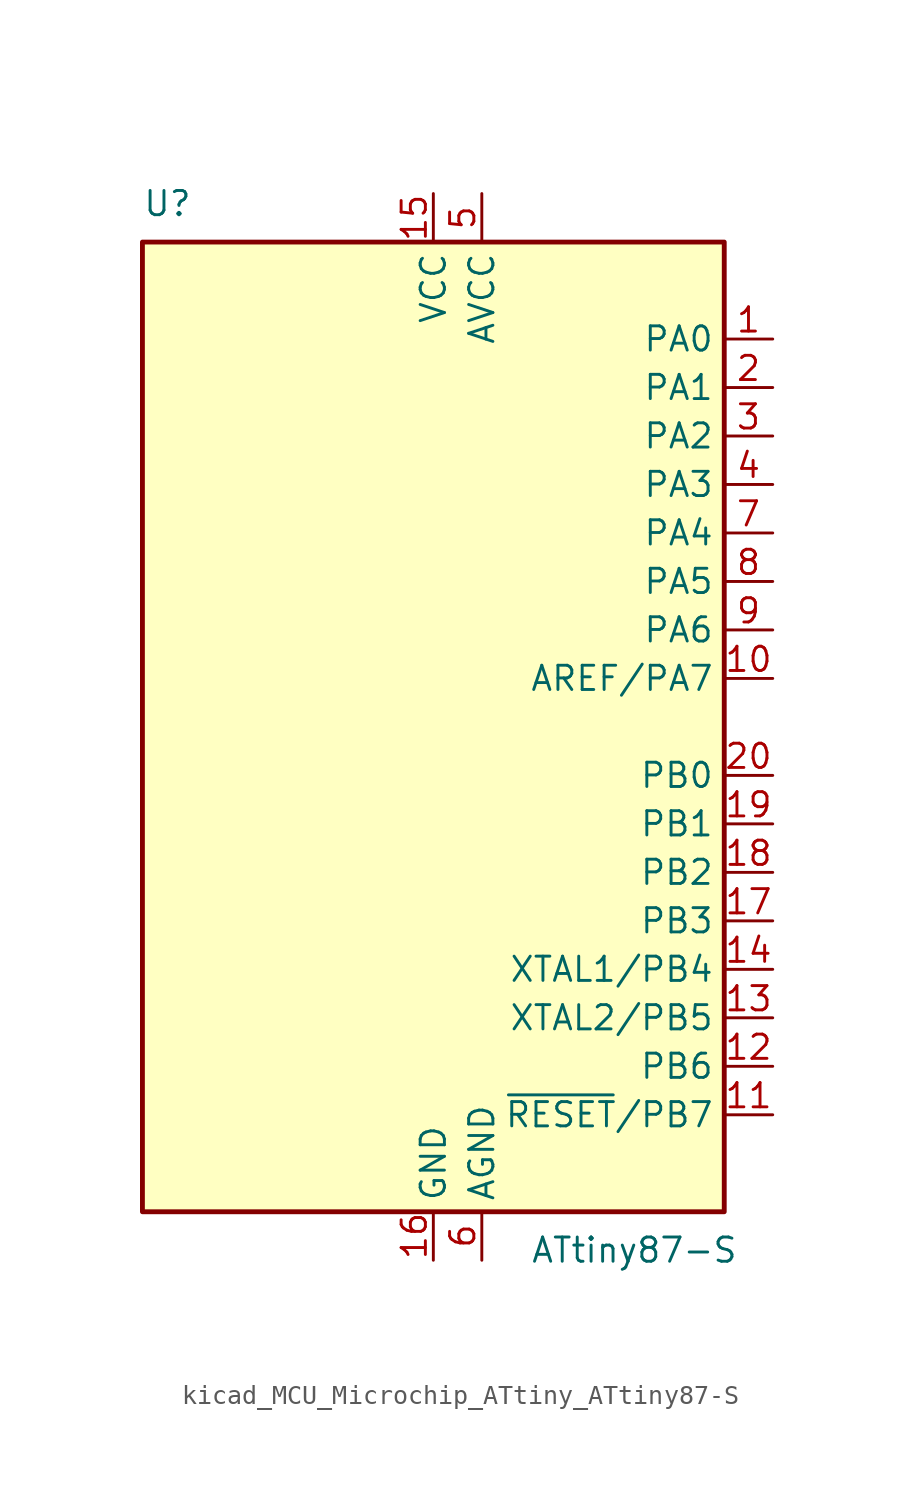
<source format=kicad_sym>
(kicad_symbol_lib
  (version 20220914)
  (generator kicad_symbol_editor)
  (symbol "kicad_MCU_Microchip_ATtiny_ATtiny87-S"
    (property "Reference" "U"
      (at -15.24 26.67 0)
      (effects (font (size 1.27 1.27)) (justify left bottom)))
    (property "Value" "ATtiny87-S"
      (at 5.08 -26.67 0)
      (effects (font (size 1.27 1.27)) (justify left top)))
    (symbol "kicad_MCU_Microchip_ATtiny_ATtiny87-S_0_1"
      (rectangle (start -15.24 -25.4) (end 15.24 25.4) (stroke (width 0.254) (type default)) (fill (type background))))
    (symbol "kicad_MCU_Microchip_ATtiny_ATtiny87-S_1_1"
      (pin bidirectional line (at 17.78 20.32 180) (length 2.54) (name "PA0" (effects (font (size 1.27 1.27)))) (number "1" (effects (font (size 1.27 1.27)))))
      (pin bidirectional line (at 17.78 2.54 180) (length 2.54) (name "AREF/PA7" (effects (font (size 1.27 1.27)))) (number "10" (effects (font (size 1.27 1.27)))))
      (pin bidirectional line (at 17.78 -20.32 180) (length 2.54) (name "~{RESET}/PB7" (effects (font (size 1.27 1.27)))) (number "11" (effects (font (size 1.27 1.27)))))
      (pin bidirectional line (at 17.78 -17.78 180) (length 2.54) (name "PB6" (effects (font (size 1.27 1.27)))) (number "12" (effects (font (size 1.27 1.27)))))
      (pin bidirectional line (at 17.78 -15.24 180) (length 2.54) (name "XTAL2/PB5" (effects (font (size 1.27 1.27)))) (number "13" (effects (font (size 1.27 1.27)))))
      (pin bidirectional line (at 17.78 -12.7 180) (length 2.54) (name "XTAL1/PB4" (effects (font (size 1.27 1.27)))) (number "14" (effects (font (size 1.27 1.27)))))
      (pin power_in line (at 0 27.94 270) (length 2.54) (name "VCC" (effects (font (size 1.27 1.27)))) (number "15" (effects (font (size 1.27 1.27)))))
      (pin power_in line (at 0 -27.94 90) (length 2.54) (name "GND" (effects (font (size 1.27 1.27)))) (number "16" (effects (font (size 1.27 1.27)))))
      (pin bidirectional line (at 17.78 -10.16 180) (length 2.54) (name "PB3" (effects (font (size 1.27 1.27)))) (number "17" (effects (font (size 1.27 1.27)))))
      (pin bidirectional line (at 17.78 -7.62 180) (length 2.54) (name "PB2" (effects (font (size 1.27 1.27)))) (number "18" (effects (font (size 1.27 1.27)))))
      (pin bidirectional line (at 17.78 -5.08 180) (length 2.54) (name "PB1" (effects (font (size 1.27 1.27)))) (number "19" (effects (font (size 1.27 1.27)))))
      (pin bidirectional line (at 17.78 17.78 180) (length 2.54) (name "PA1" (effects (font (size 1.27 1.27)))) (number "2" (effects (font (size 1.27 1.27)))))
      (pin bidirectional line (at 17.78 -2.54 180) (length 2.54) (name "PB0" (effects (font (size 1.27 1.27)))) (number "20" (effects (font (size 1.27 1.27)))))
      (pin bidirectional line (at 17.78 15.24 180) (length 2.54) (name "PA2" (effects (font (size 1.27 1.27)))) (number "3" (effects (font (size 1.27 1.27)))))
      (pin bidirectional line (at 17.78 12.7 180) (length 2.54) (name "PA3" (effects (font (size 1.27 1.27)))) (number "4" (effects (font (size 1.27 1.27)))))
      (pin power_in line (at 2.54 27.94 270) (length 2.54) (name "AVCC" (effects (font (size 1.27 1.27)))) (number "5" (effects (font (size 1.27 1.27)))))
      (pin power_in line (at 2.54 -27.94 90) (length 2.54) (name "AGND" (effects (font (size 1.27 1.27)))) (number "6" (effects (font (size 1.27 1.27)))))
      (pin bidirectional line (at 17.78 10.16 180) (length 2.54) (name "PA4" (effects (font (size 1.27 1.27)))) (number "7" (effects (font (size 1.27 1.27)))))
      (pin bidirectional line (at 17.78 7.62 180) (length 2.54) (name "PA5" (effects (font (size 1.27 1.27)))) (number "8" (effects (font (size 1.27 1.27)))))
      (pin bidirectional line (at 17.78 5.08 180) (length 2.54) (name "PA6" (effects (font (size 1.27 1.27)))) (number "9" (effects (font (size 1.27 1.27))))))))
</source>
